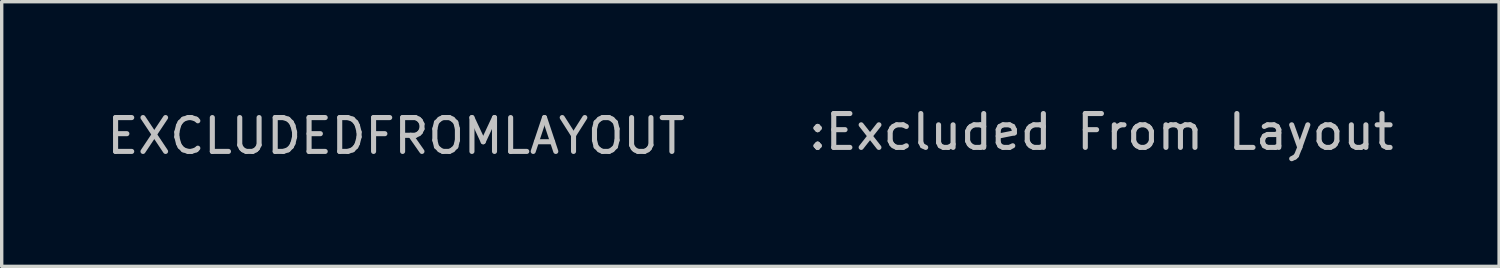
<source format=kicad_pcb>
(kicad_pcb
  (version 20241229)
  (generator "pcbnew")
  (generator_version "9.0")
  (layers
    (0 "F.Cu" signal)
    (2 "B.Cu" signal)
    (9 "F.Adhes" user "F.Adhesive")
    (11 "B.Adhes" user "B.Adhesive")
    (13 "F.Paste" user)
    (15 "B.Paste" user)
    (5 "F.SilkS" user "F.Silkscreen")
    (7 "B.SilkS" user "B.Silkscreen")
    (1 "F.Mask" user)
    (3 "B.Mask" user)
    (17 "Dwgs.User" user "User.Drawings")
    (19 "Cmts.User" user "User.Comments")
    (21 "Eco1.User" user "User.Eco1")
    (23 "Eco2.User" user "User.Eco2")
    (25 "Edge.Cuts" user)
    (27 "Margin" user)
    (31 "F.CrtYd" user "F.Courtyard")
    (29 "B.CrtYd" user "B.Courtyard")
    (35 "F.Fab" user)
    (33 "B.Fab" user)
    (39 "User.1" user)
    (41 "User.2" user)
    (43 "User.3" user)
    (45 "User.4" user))
  (footprint "EXCLUDEDFROMLAYOUT"
    (layer "F.Cu")
    (at 8.649 0.467)
    (property "Reference" "EXCLUDEDFROMLAYOUT" (at 0 0.5 0) (layer "Dwgs.User") (effects (font (size 1 1) (thickness 0.15))))
    (attr through_hole)
    (fp_text user ":Excluded From Layout" (at 20.828 0.381 0) (layer "Dwgs.User") (effects (font (size 1 1) (thickness 0.15)))))
  (gr_rect
    (start -3 -3)
    (end 41.221 4.816)
    (stroke (width 0.1) (type default))
    (fill no)
    (layer "Edge.Cuts")))
</source>
